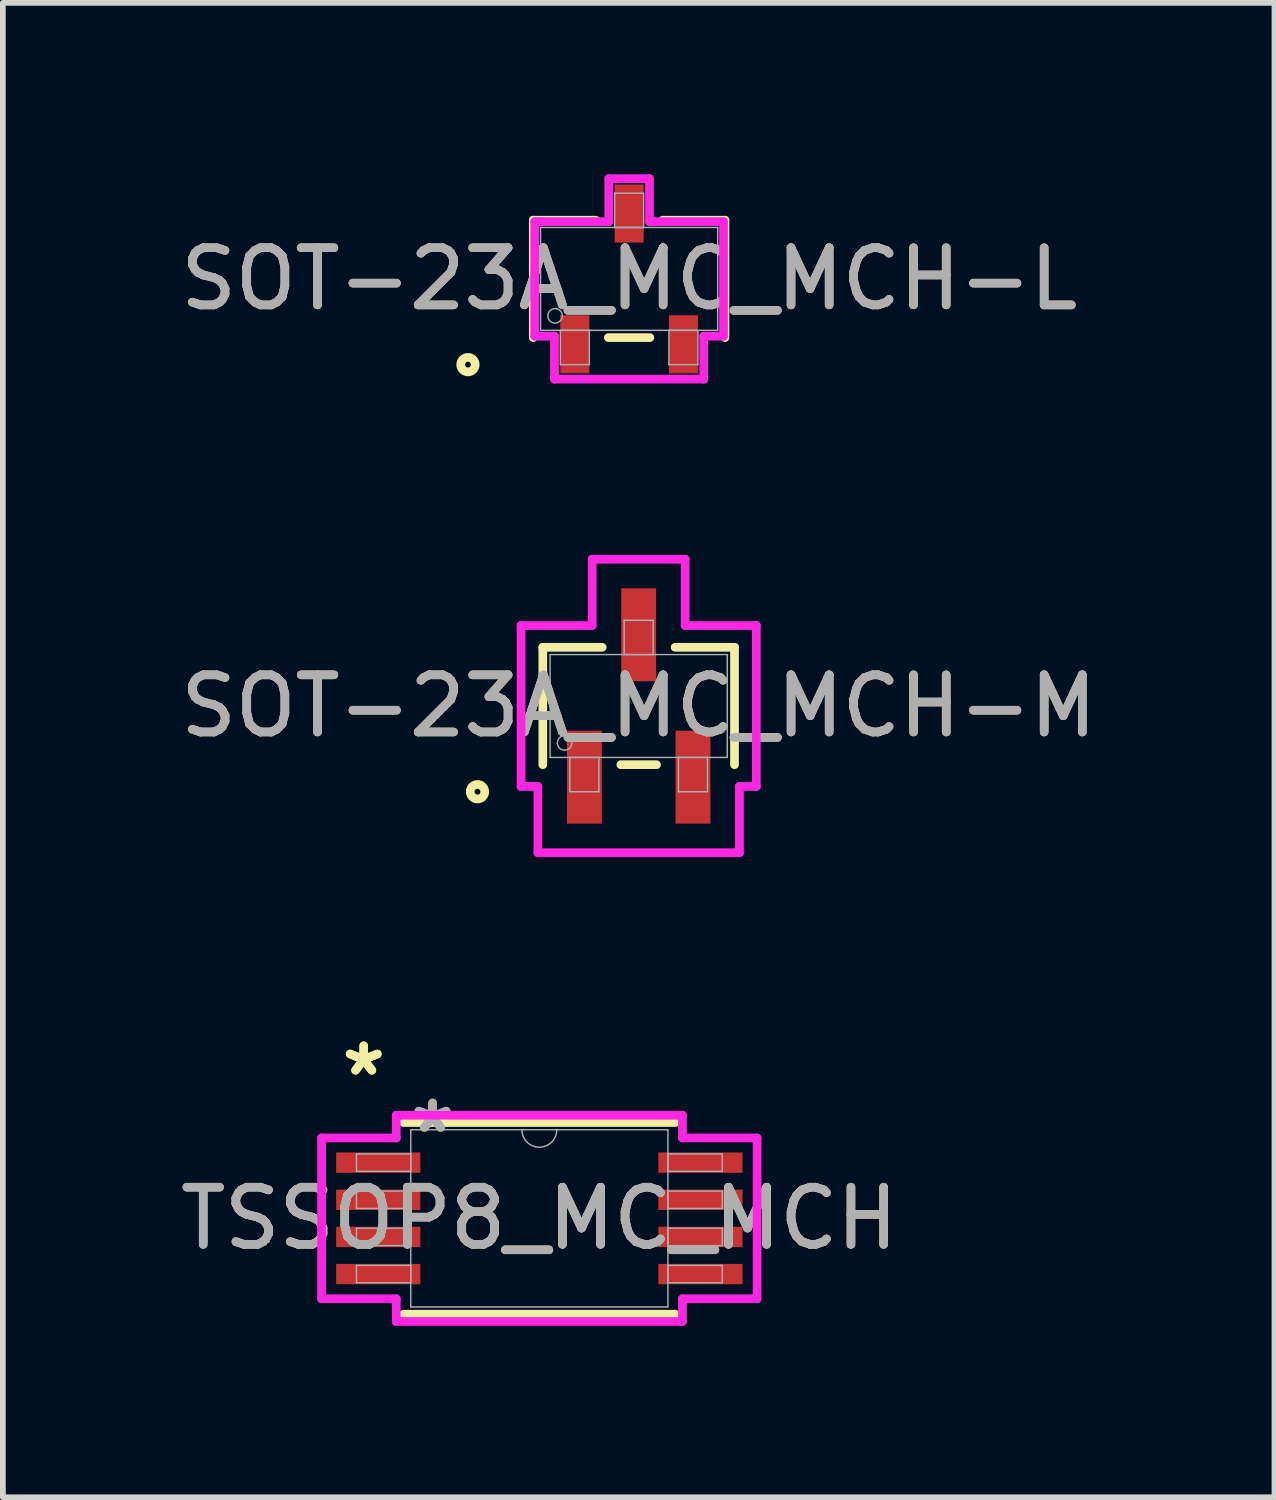
<source format=kicad_pcb>
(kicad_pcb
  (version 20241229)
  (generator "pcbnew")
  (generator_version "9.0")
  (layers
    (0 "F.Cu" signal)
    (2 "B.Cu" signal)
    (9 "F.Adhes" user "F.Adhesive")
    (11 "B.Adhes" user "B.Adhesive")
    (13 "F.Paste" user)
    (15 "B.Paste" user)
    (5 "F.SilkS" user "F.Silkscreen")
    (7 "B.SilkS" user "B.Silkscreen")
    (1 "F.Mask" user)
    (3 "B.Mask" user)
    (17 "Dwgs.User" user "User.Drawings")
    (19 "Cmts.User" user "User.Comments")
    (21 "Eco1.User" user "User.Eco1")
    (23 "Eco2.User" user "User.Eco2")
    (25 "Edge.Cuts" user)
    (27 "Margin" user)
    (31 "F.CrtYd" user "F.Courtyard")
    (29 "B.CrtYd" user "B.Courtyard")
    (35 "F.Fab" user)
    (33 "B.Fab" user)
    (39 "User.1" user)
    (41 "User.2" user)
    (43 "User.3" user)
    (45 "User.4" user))
  (footprint "SOT-23A_MC_MCH-L"
    (layer "F.Cu")
    (at 7.958 1.83)
    (property "Reference" "SOT-23A_MC_MCH-L" (at 0 0 0) (unlocked yes) (layer "F.SilkS") (effects (font (size 1 1) (thickness 0.15))))
    (attr smd)
    (fp_line (start -1.677 -1.027) (end -1.677 1.027) (stroke (width 0.152) (type solid)) (layer "F.SilkS"))
    (fp_line (start -0.587 -1.027) (end -1.677 -1.027) (stroke (width 0.152) (type solid)) (layer "F.SilkS"))
    (fp_line (start -0.363 1.027) (end 0.363 1.027) (stroke (width 0.152) (type solid)) (layer "F.SilkS"))
    (fp_line (start 1.677 -1.027) (end 0.587 -1.027) (stroke (width 0.152) (type solid)) (layer "F.SilkS"))
    (fp_line (start 1.677 1.027) (end 1.677 -1.027) (stroke (width 0.152) (type solid)) (layer "F.SilkS"))
    (fp_circle (center -2.82 1.5) (end -2.693 1.5) (stroke (width 0.152) (type solid)) (fill no) (layer "F.SilkS"))
    (fp_line (start -1.652 -1.002) (end -0.356 -1.002) (stroke (width 0.152) (type solid)) (layer "F.CrtYd"))
    (fp_line (start -1.652 1.002) (end -1.652 -1.002) (stroke (width 0.152) (type solid)) (layer "F.CrtYd"))
    (fp_line (start -1.652 1.002) (end -1.306 1.002) (stroke (width 0.152) (type solid)) (layer "F.CrtYd"))
    (fp_line (start -1.306 1.002) (end -1.306 1.754) (stroke (width 0.152) (type solid)) (layer "F.CrtYd"))
    (fp_line (start -1.306 1.754) (end 1.306 1.754) (stroke (width 0.152) (type solid)) (layer "F.CrtYd"))
    (fp_line (start -0.356 -1.754) (end 0.356 -1.754) (stroke (width 0.152) (type solid)) (layer "F.CrtYd"))
    (fp_line (start -0.356 -1.002) (end -0.356 -1.754) (stroke (width 0.152) (type solid)) (layer "F.CrtYd"))
    (fp_line (start 0.356 -1.002) (end 0.356 -1.754) (stroke (width 0.152) (type solid)) (layer "F.CrtYd"))
    (fp_line (start 1.306 1.002) (end 1.306 1.754) (stroke (width 0.152) (type solid)) (layer "F.CrtYd"))
    (fp_line (start 1.652 -1.002) (end 0.356 -1.002) (stroke (width 0.152) (type solid)) (layer "F.CrtYd"))
    (fp_line (start 1.652 -1.002) (end 1.652 1.002) (stroke (width 0.152) (type solid)) (layer "F.CrtYd"))
    (fp_line (start 1.652 1.002) (end 1.306 1.002) (stroke (width 0.152) (type solid)) (layer "F.CrtYd"))
    (fp_line (start -1.55 -0.9) (end -1.55 0.9) (stroke (width 0.025) (type solid)) (layer "F.Fab"))
    (fp_line (start -1.55 0.9) (end 1.55 0.9) (stroke (width 0.025) (type solid)) (layer "F.Fab"))
    (fp_line (start -1.204 0.9) (end -1.204 1.5) (stroke (width 0.025) (type solid)) (layer "F.Fab"))
    (fp_line (start -1.204 1.5) (end -0.696 1.5) (stroke (width 0.025) (type solid)) (layer "F.Fab"))
    (fp_line (start -0.696 0.9) (end -1.204 0.9) (stroke (width 0.025) (type solid)) (layer "F.Fab"))
    (fp_line (start -0.696 1.5) (end -0.696 0.9) (stroke (width 0.025) (type solid)) (layer "F.Fab"))
    (fp_line (start -0.254 -1.5) (end -0.254 -0.9) (stroke (width 0.025) (type solid)) (layer "F.Fab"))
    (fp_line (start -0.254 -0.9) (end 0.254 -0.9) (stroke (width 0.025) (type solid)) (layer "F.Fab"))
    (fp_line (start 0.254 -1.5) (end -0.254 -1.5) (stroke (width 0.025) (type solid)) (layer "F.Fab"))
    (fp_line (start 0.254 -0.9) (end 0.254 -1.5) (stroke (width 0.025) (type solid)) (layer "F.Fab"))
    (fp_line (start 0.696 0.9) (end 0.696 1.5) (stroke (width 0.025) (type solid)) (layer "F.Fab"))
    (fp_line (start 0.696 1.5) (end 1.204 1.5) (stroke (width 0.025) (type solid)) (layer "F.Fab"))
    (fp_line (start 1.204 0.9) (end 0.696 0.9) (stroke (width 0.025) (type solid)) (layer "F.Fab"))
    (fp_line (start 1.204 1.5) (end 1.204 0.9) (stroke (width 0.025) (type solid)) (layer "F.Fab"))
    (fp_line (start 1.55 -0.9) (end -1.55 -0.9) (stroke (width 0.025) (type solid)) (layer "F.Fab"))
    (fp_line (start 1.55 0.9) (end 1.55 -0.9) (stroke (width 0.025) (type solid)) (layer "F.Fab"))
    (fp_circle (center -1.296 0.646) (end -1.169 0.646) (stroke (width 0.025) (type solid)) (fill no) (layer "F.Fab"))
    (fp_text user "${REFERENCE}" (at 0 0 0) (unlocked yes) (layer "F.Fab") (effects (font (size 1 1) (thickness 0.15))))
    (pad "1" smd rect (at -0.95 1.144) (size 0.508 1.016) (layers "F.Cu" "F.Mask" "F.Paste"))
    (pad "2" smd rect (at 0.95 1.144) (size 0.508 1.016) (layers "F.Cu" "F.Mask" "F.Paste"))
    (pad "3" smd rect (at 0 -1.144) (size 0.508 1.016) (layers "F.Cu" "F.Mask" "F.Paste")))
  (footprint "SOT-23A_MC_MCH-M"
    (layer "F.Cu")
    (at 8.125 9.303)
    (property "Reference" "SOT-23A_MC_MCH-M" (at 0 0 0) (unlocked yes) (layer "F.SilkS") (effects (font (size 1 1) (thickness 0.15))))
    (attr smd)
    (fp_line (start -1.677 -1.027) (end -1.677 1.027) (stroke (width 0.152) (type solid)) (layer "F.SilkS"))
    (fp_line (start -0.638 -1.027) (end -1.677 -1.027) (stroke (width 0.152) (type solid)) (layer "F.SilkS"))
    (fp_line (start -0.312 1.027) (end 0.312 1.027) (stroke (width 0.152) (type solid)) (layer "F.SilkS"))
    (fp_line (start 1.677 -1.027) (end 0.638 -1.027) (stroke (width 0.152) (type solid)) (layer "F.SilkS"))
    (fp_line (start 1.677 1.027) (end 1.677 -1.027) (stroke (width 0.152) (type solid)) (layer "F.SilkS"))
    (fp_circle (center -2.82 1.5) (end -2.693 1.5) (stroke (width 0.152) (type solid)) (fill no) (layer "F.SilkS"))
    (fp_line (start -2.058 -1.408) (end -0.813 -1.408) (stroke (width 0.152) (type solid)) (layer "F.CrtYd"))
    (fp_line (start -2.058 1.408) (end -2.058 -1.408) (stroke (width 0.152) (type solid)) (layer "F.CrtYd"))
    (fp_line (start -2.058 1.408) (end -1.763 1.408) (stroke (width 0.152) (type solid)) (layer "F.CrtYd"))
    (fp_line (start -1.763 1.408) (end -1.763 2.567) (stroke (width 0.152) (type solid)) (layer "F.CrtYd"))
    (fp_line (start -1.763 2.567) (end 1.763 2.567) (stroke (width 0.152) (type solid)) (layer "F.CrtYd"))
    (fp_line (start -0.813 -2.567) (end 0.813 -2.567) (stroke (width 0.152) (type solid)) (layer "F.CrtYd"))
    (fp_line (start -0.813 -1.408) (end -0.813 -2.567) (stroke (width 0.152) (type solid)) (layer "F.CrtYd"))
    (fp_line (start 0.813 -1.408) (end 0.813 -2.567) (stroke (width 0.152) (type solid)) (layer "F.CrtYd"))
    (fp_line (start 1.763 1.408) (end 1.763 2.567) (stroke (width 0.152) (type solid)) (layer "F.CrtYd"))
    (fp_line (start 2.058 -1.408) (end 0.813 -1.408) (stroke (width 0.152) (type solid)) (layer "F.CrtYd"))
    (fp_line (start 2.058 -1.408) (end 2.058 1.408) (stroke (width 0.152) (type solid)) (layer "F.CrtYd"))
    (fp_line (start 2.058 1.408) (end 1.763 1.408) (stroke (width 0.152) (type solid)) (layer "F.CrtYd"))
    (fp_line (start -1.55 -0.9) (end -1.55 0.9) (stroke (width 0.025) (type solid)) (layer "F.Fab"))
    (fp_line (start -1.55 0.9) (end 1.55 0.9) (stroke (width 0.025) (type solid)) (layer "F.Fab"))
    (fp_line (start -1.204 0.9) (end -1.204 1.5) (stroke (width 0.025) (type solid)) (layer "F.Fab"))
    (fp_line (start -1.204 1.5) (end -0.696 1.5) (stroke (width 0.025) (type solid)) (layer "F.Fab"))
    (fp_line (start -0.696 0.9) (end -1.204 0.9) (stroke (width 0.025) (type solid)) (layer "F.Fab"))
    (fp_line (start -0.696 1.5) (end -0.696 0.9) (stroke (width 0.025) (type solid)) (layer "F.Fab"))
    (fp_line (start -0.254 -1.5) (end -0.254 -0.9) (stroke (width 0.025) (type solid)) (layer "F.Fab"))
    (fp_line (start -0.254 -0.9) (end 0.254 -0.9) (stroke (width 0.025) (type solid)) (layer "F.Fab"))
    (fp_line (start 0.254 -1.5) (end -0.254 -1.5) (stroke (width 0.025) (type solid)) (layer "F.Fab"))
    (fp_line (start 0.254 -0.9) (end 0.254 -1.5) (stroke (width 0.025) (type solid)) (layer "F.Fab"))
    (fp_line (start 0.696 0.9) (end 0.696 1.5) (stroke (width 0.025) (type solid)) (layer "F.Fab"))
    (fp_line (start 0.696 1.5) (end 1.204 1.5) (stroke (width 0.025) (type solid)) (layer "F.Fab"))
    (fp_line (start 1.204 0.9) (end 0.696 0.9) (stroke (width 0.025) (type solid)) (layer "F.Fab"))
    (fp_line (start 1.204 1.5) (end 1.204 0.9) (stroke (width 0.025) (type solid)) (layer "F.Fab"))
    (fp_line (start 1.55 -0.9) (end -1.55 -0.9) (stroke (width 0.025) (type solid)) (layer "F.Fab"))
    (fp_line (start 1.55 0.9) (end 1.55 -0.9) (stroke (width 0.025) (type solid)) (layer "F.Fab"))
    (fp_circle (center -1.296 0.646) (end -1.169 0.646) (stroke (width 0.025) (type solid)) (fill no) (layer "F.Fab"))
    (fp_text user "${REFERENCE}" (at 0 0 0) (unlocked yes) (layer "F.Fab") (effects (font (size 1 1) (thickness 0.15))))
    (pad "1" smd rect (at -0.95 1.246) (size 0.61 1.626) (layers "F.Cu" "F.Mask" "F.Paste"))
    (pad "2" smd rect (at 0.95 1.246) (size 0.61 1.626) (layers "F.Cu" "F.Mask" "F.Paste"))
    (pad "3" smd rect (at 0 -1.246) (size 0.61 1.626) (layers "F.Cu" "F.Mask" "F.Paste")))
  (footprint "TSSOP8_MC_MCH"
    (layer "F.Cu")
    (at 6.387 18.268)
    (property "Reference" "TSSOP8_MC_MCH" (at 0 0 0) (unlocked yes) (layer "F.SilkS") (effects (font (size 1 1) (thickness 0.15))))
    (attr smd)
    (fp_line (start -2.377 1.677) (end 2.377 1.677) (stroke (width 0.152) (type solid)) (layer "F.SilkS"))
    (fp_line (start 2.377 -1.677) (end -2.377 -1.677) (stroke (width 0.152) (type solid)) (layer "F.SilkS"))
    (fp_line (start -3.81 -1.407) (end -2.504 -1.407) (stroke (width 0.152) (type solid)) (layer "F.CrtYd"))
    (fp_line (start -3.81 1.407) (end -3.81 -1.407) (stroke (width 0.152) (type solid)) (layer "F.CrtYd"))
    (fp_line (start -3.81 1.407) (end -2.504 1.407) (stroke (width 0.152) (type solid)) (layer "F.CrtYd"))
    (fp_line (start -2.504 -1.804) (end 2.504 -1.804) (stroke (width 0.152) (type solid)) (layer "F.CrtYd"))
    (fp_line (start -2.504 -1.407) (end -2.504 -1.804) (stroke (width 0.152) (type solid)) (layer "F.CrtYd"))
    (fp_line (start -2.504 1.804) (end -2.504 1.407) (stroke (width 0.152) (type solid)) (layer "F.CrtYd"))
    (fp_line (start 2.504 -1.804) (end 2.504 -1.407) (stroke (width 0.152) (type solid)) (layer "F.CrtYd"))
    (fp_line (start 2.504 1.407) (end 2.504 1.804) (stroke (width 0.152) (type solid)) (layer "F.CrtYd"))
    (fp_line (start 2.504 1.804) (end -2.504 1.804) (stroke (width 0.152) (type solid)) (layer "F.CrtYd"))
    (fp_line (start 3.81 -1.407) (end 2.504 -1.407) (stroke (width 0.152) (type solid)) (layer "F.CrtYd"))
    (fp_line (start 3.81 -1.407) (end 3.81 1.407) (stroke (width 0.152) (type solid)) (layer "F.CrtYd"))
    (fp_line (start 3.81 1.407) (end 2.504 1.407) (stroke (width 0.152) (type solid)) (layer "F.CrtYd"))
    (fp_line (start -3.2 -1.127) (end -3.2 -0.823) (stroke (width 0.025) (type solid)) (layer "F.Fab"))
    (fp_line (start -3.2 -0.823) (end -2.25 -0.823) (stroke (width 0.025) (type solid)) (layer "F.Fab"))
    (fp_line (start -3.2 -0.477) (end -3.2 -0.173) (stroke (width 0.025) (type solid)) (layer "F.Fab"))
    (fp_line (start -3.2 -0.173) (end -2.25 -0.173) (stroke (width 0.025) (type solid)) (layer "F.Fab"))
    (fp_line (start -3.2 0.173) (end -3.2 0.477) (stroke (width 0.025) (type solid)) (layer "F.Fab"))
    (fp_line (start -3.2 0.477) (end -2.25 0.477) (stroke (width 0.025) (type solid)) (layer "F.Fab"))
    (fp_line (start -3.2 0.823) (end -3.2 1.127) (stroke (width 0.025) (type solid)) (layer "F.Fab"))
    (fp_line (start -3.2 1.127) (end -2.25 1.127) (stroke (width 0.025) (type solid)) (layer "F.Fab"))
    (fp_line (start -2.25 -1.55) (end -2.25 1.55) (stroke (width 0.025) (type solid)) (layer "F.Fab"))
    (fp_line (start -2.25 -1.127) (end -3.2 -1.127) (stroke (width 0.025) (type solid)) (layer "F.Fab"))
    (fp_line (start -2.25 -0.823) (end -2.25 -1.127) (stroke (width 0.025) (type solid)) (layer "F.Fab"))
    (fp_line (start -2.25 -0.477) (end -3.2 -0.477) (stroke (width 0.025) (type solid)) (layer "F.Fab"))
    (fp_line (start -2.25 -0.173) (end -2.25 -0.477) (stroke (width 0.025) (type solid)) (layer "F.Fab"))
    (fp_line (start -2.25 0.173) (end -3.2 0.173) (stroke (width 0.025) (type solid)) (layer "F.Fab"))
    (fp_line (start -2.25 0.477) (end -2.25 0.173) (stroke (width 0.025) (type solid)) (layer "F.Fab"))
    (fp_line (start -2.25 0.823) (end -3.2 0.823) (stroke (width 0.025) (type solid)) (layer "F.Fab"))
    (fp_line (start -2.25 1.127) (end -2.25 0.823) (stroke (width 0.025) (type solid)) (layer "F.Fab"))
    (fp_line (start -2.25 1.55) (end 2.25 1.55) (stroke (width 0.025) (type solid)) (layer "F.Fab"))
    (fp_line (start 2.25 -1.55) (end -2.25 -1.55) (stroke (width 0.025) (type solid)) (layer "F.Fab"))
    (fp_line (start 2.25 -1.127) (end 2.25 -0.823) (stroke (width 0.025) (type solid)) (layer "F.Fab"))
    (fp_line (start 2.25 -0.823) (end 3.2 -0.823) (stroke (width 0.025) (type solid)) (layer "F.Fab"))
    (fp_line (start 2.25 -0.477) (end 2.25 -0.173) (stroke (width 0.025) (type solid)) (layer "F.Fab"))
    (fp_line (start 2.25 -0.173) (end 3.2 -0.173) (stroke (width 0.025) (type solid)) (layer "F.Fab"))
    (fp_line (start 2.25 0.173) (end 2.25 0.477) (stroke (width 0.025) (type solid)) (layer "F.Fab"))
    (fp_line (start 2.25 0.477) (end 3.2 0.477) (stroke (width 0.025) (type solid)) (layer "F.Fab"))
    (fp_line (start 2.25 0.823) (end 2.25 1.127) (stroke (width 0.025) (type solid)) (layer "F.Fab"))
    (fp_line (start 2.25 1.127) (end 3.2 1.127) (stroke (width 0.025) (type solid)) (layer "F.Fab"))
    (fp_line (start 2.25 1.55) (end 2.25 -1.55) (stroke (width 0.025) (type solid)) (layer "F.Fab"))
    (fp_line (start 3.2 -1.127) (end 2.25 -1.127) (stroke (width 0.025) (type solid)) (layer "F.Fab"))
    (fp_line (start 3.2 -0.823) (end 3.2 -1.127) (stroke (width 0.025) (type solid)) (layer "F.Fab"))
    (fp_line (start 3.2 -0.477) (end 2.25 -0.477) (stroke (width 0.025) (type solid)) (layer "F.Fab"))
    (fp_line (start 3.2 -0.173) (end 3.2 -0.477) (stroke (width 0.025) (type solid)) (layer "F.Fab"))
    (fp_line (start 3.2 0.173) (end 2.25 0.173) (stroke (width 0.025) (type solid)) (layer "F.Fab"))
    (fp_line (start 3.2 0.477) (end 3.2 0.173) (stroke (width 0.025) (type solid)) (layer "F.Fab"))
    (fp_line (start 3.2 0.823) (end 2.25 0.823) (stroke (width 0.025) (type solid)) (layer "F.Fab"))
    (fp_line (start 3.2 1.127) (end 3.2 0.823) (stroke (width 0.025) (type solid)) (layer "F.Fab"))
    (fp_arc (start 0.3048 -1.549999) (mid 0 -1.245199) (end -0.3048 -1.549999) (stroke (width 0.0254) (type solid)) (layer "F.Fab"))
    (fp_text user "*" (at -3.073 -2.474 0) (unlocked yes) (layer "F.SilkS") (effects (font (size 1 1) (thickness 0.15))))
    (fp_text user "*" (at -3.073 -2.474 0) (layer "F.SilkS") (effects (font (size 1 1) (thickness 0.15))))
    (fp_text user "${REFERENCE}" (at 0 0 0) (unlocked yes) (layer "F.Fab") (effects (font (size 1 1) (thickness 0.15))))
    (fp_text user "*" (at -1.869 -1.474 0) (layer "F.Fab") (effects (font (size 1 1) (thickness 0.15))))
    (fp_text user "*" (at -1.869 -1.474 0) (unlocked yes) (layer "F.Fab") (effects (font (size 1 1) (thickness 0.15))))
    (pad "1" smd rect (at -2.819 -0.975) (size 1.473 0.356) (layers "F.Cu" "F.Mask" "F.Paste"))
    (pad "2" smd rect (at -2.819 -0.325) (size 1.473 0.356) (layers "F.Cu" "F.Mask" "F.Paste"))
    (pad "3" smd rect (at -2.819 0.325) (size 1.473 0.356) (layers "F.Cu" "F.Mask" "F.Paste"))
    (pad "4" smd rect (at -2.819 0.975) (size 1.473 0.356) (layers "F.Cu" "F.Mask" "F.Paste"))
    (pad "5" smd rect (at 2.819 0.975) (size 1.473 0.356) (layers "F.Cu" "F.Mask" "F.Paste"))
    (pad "6" smd rect (at 2.819 0.325) (size 1.473 0.356) (layers "F.Cu" "F.Mask" "F.Paste"))
    (pad "7" smd rect (at 2.819 -0.325) (size 1.473 0.356) (layers "F.Cu" "F.Mask" "F.Paste"))
    (pad "8" smd rect (at 2.819 -0.975) (size 1.473 0.356) (layers "F.Cu" "F.Mask" "F.Paste")))
  (gr_rect
    (start -3 -3)
    (end 19.25 23.148)
    (stroke (width 0.1) (type default))
    (fill no)
    (layer "Edge.Cuts")))
</source>
